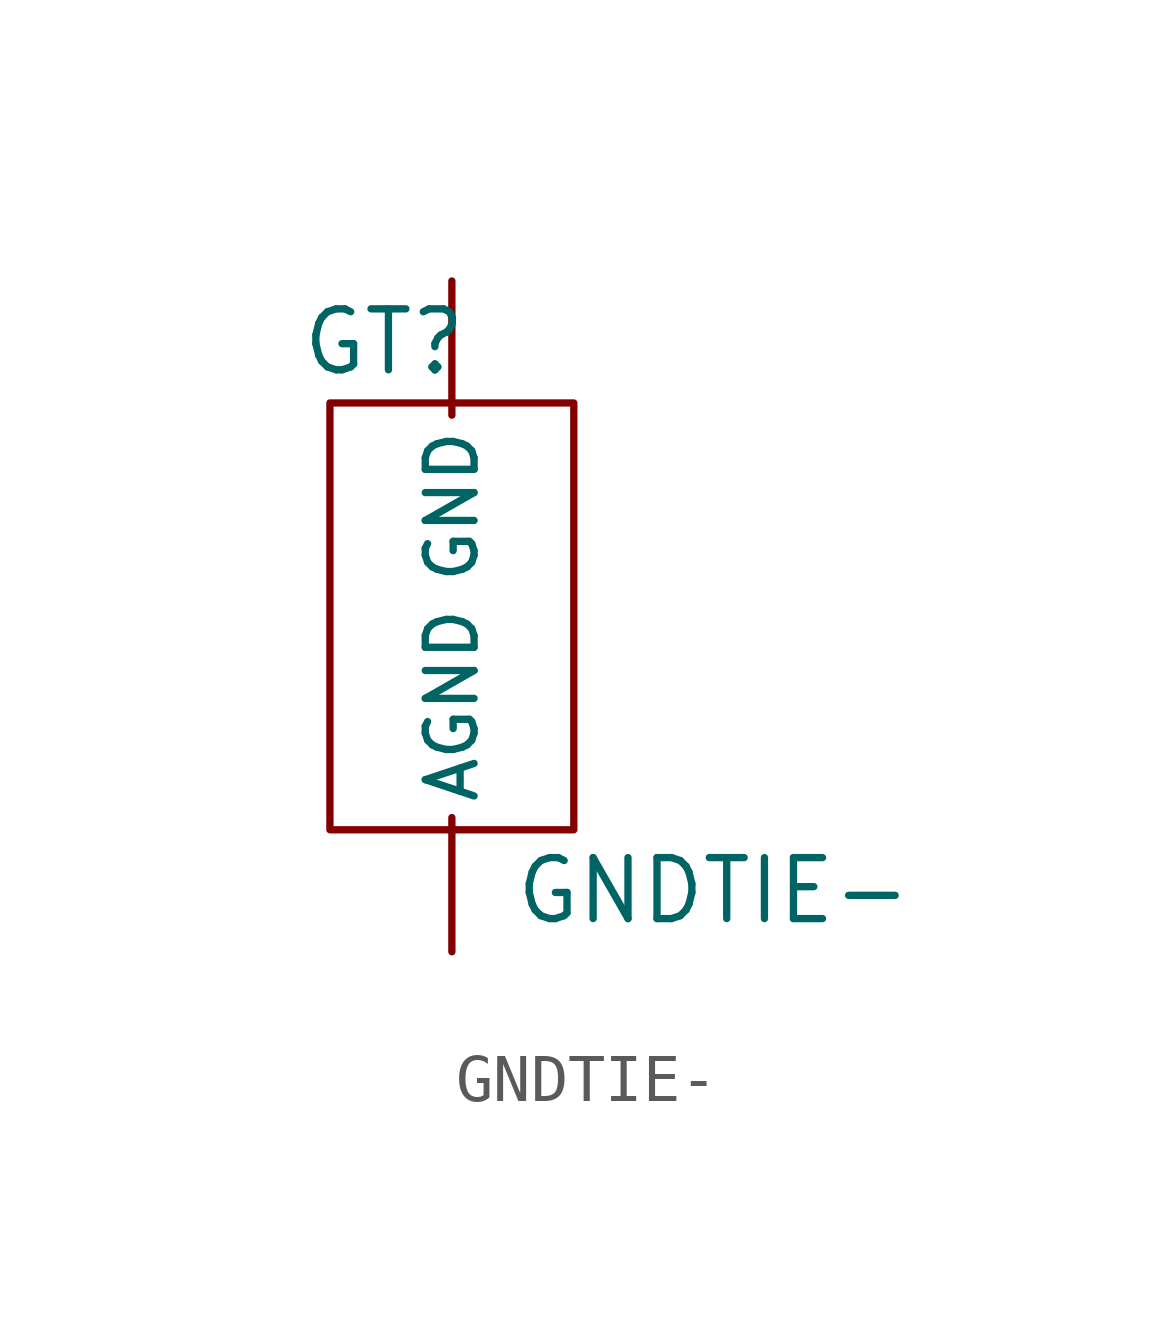
<source format=kicad_sym>
(kicad_symbol_lib
  (version 20231120)
  (generator "kicad_symbol_editor")
  (generator_version "8.0")
  (symbol "GNDTIE-"
    (pin_numbers hide)
    (pin_names
      (offset 0.254))
    (property "Reference" "GT"
      (at 0.635 2.54 0)
      (effects (font (size 1.27 1.27)) (justify left)))
    (property "Value" "GNDTIE-"
      (at 5.08 -8.89 0)
      (effects (font (size 1.27 1.27)) (justify left)))
    (property "Footprint" ""
      (at 0.965 -3.81 0)
      (effects (font (size 1.27 1.27))))
    (property "Datasheet" ""
      (at 0 0 0)
      (effects (font (size 1.27 1.27))))
    (symbol "GNDTIE-_0_1"
      (rectangle (start 1.27 1.27) (end 6.35 -7.62) (stroke (width 0) (type solid)) (fill (type none))))
    (symbol "GNDTIE-_1_1"
      (pin passive line (at 3.81 3.81 270) (length 2.794) (name "GND" (effects (font (size 1.016 1.016)))) (number "1" (effects (font (size 1.016 1.016)))))
      (pin passive line (at 3.81 -10.16 90) (length 2.794) (name "AGND" (effects (font (size 1.016 1.016)))) (number "2" (effects (font (size 1.016 1.016))))))))
</source>
